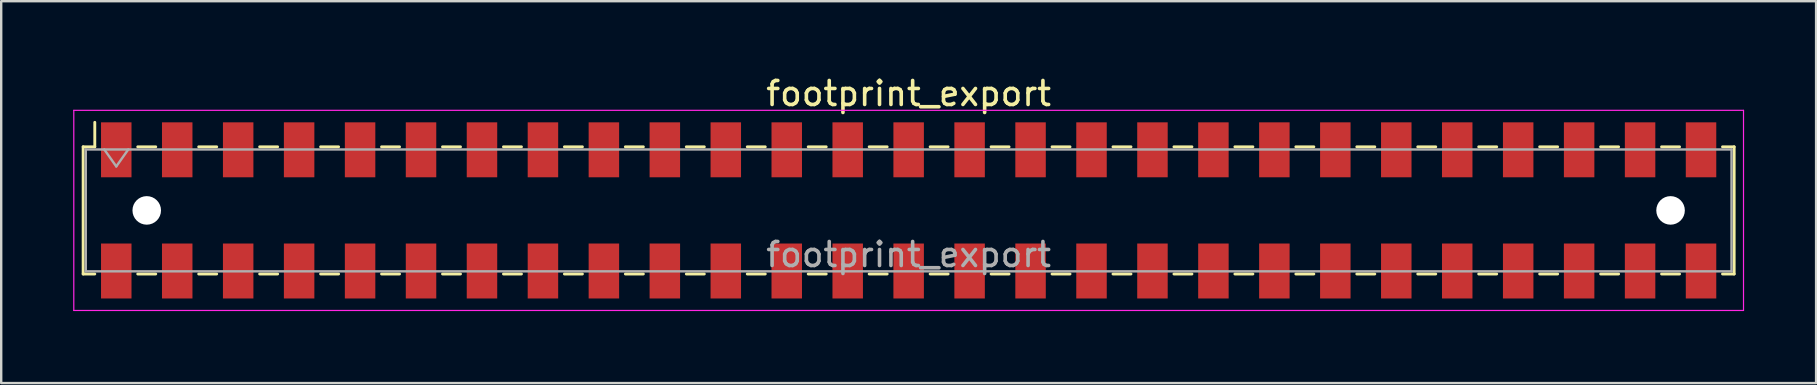
<source format=kicad_pcb>
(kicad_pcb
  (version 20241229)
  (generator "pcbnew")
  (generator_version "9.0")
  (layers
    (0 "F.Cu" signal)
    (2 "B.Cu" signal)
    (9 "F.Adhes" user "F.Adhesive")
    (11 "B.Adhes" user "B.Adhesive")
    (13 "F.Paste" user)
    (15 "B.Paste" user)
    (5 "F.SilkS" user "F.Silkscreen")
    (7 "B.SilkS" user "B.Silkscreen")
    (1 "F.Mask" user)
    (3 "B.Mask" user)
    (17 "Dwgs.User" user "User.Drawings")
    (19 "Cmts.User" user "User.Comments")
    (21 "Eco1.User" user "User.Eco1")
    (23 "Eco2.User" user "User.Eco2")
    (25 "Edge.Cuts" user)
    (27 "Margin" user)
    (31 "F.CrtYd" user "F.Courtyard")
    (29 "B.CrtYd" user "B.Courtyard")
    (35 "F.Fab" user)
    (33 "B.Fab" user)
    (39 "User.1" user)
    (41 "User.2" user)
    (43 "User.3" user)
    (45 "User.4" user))
  (footprint "footprint_export"
    (layer "F.Cu")
    (at 34.815 5.718)
    (property "Reference" "footprint_export" (at 0 -4.87 0) (layer "F.SilkS") (effects (font (size 1 1) (thickness 0.15))))
    (attr smd)
    (fp_line (start -34.4 -2.65) (end -34.4 2.65) (stroke (width 0.12) (type solid)) (layer "F.SilkS"))
    (fp_line (start -34.4 2.65) (end -33.915 2.65) (stroke (width 0.12) (type solid)) (layer "F.SilkS"))
    (fp_line (start -33.915 -3.67) (end -33.915 -2.65) (stroke (width 0.12) (type solid)) (layer "F.SilkS"))
    (fp_line (start -33.915 -2.65) (end -34.4 -2.65) (stroke (width 0.12) (type solid)) (layer "F.SilkS"))
    (fp_line (start -32.125 -2.65) (end -31.375 -2.65) (stroke (width 0.12) (type solid)) (layer "F.SilkS"))
    (fp_line (start -32.125 2.65) (end -31.375 2.65) (stroke (width 0.12) (type solid)) (layer "F.SilkS"))
    (fp_line (start -29.585 -2.65) (end -28.835 -2.65) (stroke (width 0.12) (type solid)) (layer "F.SilkS"))
    (fp_line (start -29.585 2.65) (end -28.835 2.65) (stroke (width 0.12) (type solid)) (layer "F.SilkS"))
    (fp_line (start -27.045 -2.65) (end -26.295 -2.65) (stroke (width 0.12) (type solid)) (layer "F.SilkS"))
    (fp_line (start -27.045 2.65) (end -26.295 2.65) (stroke (width 0.12) (type solid)) (layer "F.SilkS"))
    (fp_line (start -24.505 -2.65) (end -23.755 -2.65) (stroke (width 0.12) (type solid)) (layer "F.SilkS"))
    (fp_line (start -24.505 2.65) (end -23.755 2.65) (stroke (width 0.12) (type solid)) (layer "F.SilkS"))
    (fp_line (start -21.965 -2.65) (end -21.215 -2.65) (stroke (width 0.12) (type solid)) (layer "F.SilkS"))
    (fp_line (start -21.965 2.65) (end -21.215 2.65) (stroke (width 0.12) (type solid)) (layer "F.SilkS"))
    (fp_line (start -19.425 -2.65) (end -18.675 -2.65) (stroke (width 0.12) (type solid)) (layer "F.SilkS"))
    (fp_line (start -19.425 2.65) (end -18.675 2.65) (stroke (width 0.12) (type solid)) (layer "F.SilkS"))
    (fp_line (start -16.885 -2.65) (end -16.135 -2.65) (stroke (width 0.12) (type solid)) (layer "F.SilkS"))
    (fp_line (start -16.885 2.65) (end -16.135 2.65) (stroke (width 0.12) (type solid)) (layer "F.SilkS"))
    (fp_line (start -14.345 -2.65) (end -13.595 -2.65) (stroke (width 0.12) (type solid)) (layer "F.SilkS"))
    (fp_line (start -14.345 2.65) (end -13.595 2.65) (stroke (width 0.12) (type solid)) (layer "F.SilkS"))
    (fp_line (start -11.805 -2.65) (end -11.055 -2.65) (stroke (width 0.12) (type solid)) (layer "F.SilkS"))
    (fp_line (start -11.805 2.65) (end -11.055 2.65) (stroke (width 0.12) (type solid)) (layer "F.SilkS"))
    (fp_line (start -9.265 -2.65) (end -8.515 -2.65) (stroke (width 0.12) (type solid)) (layer "F.SilkS"))
    (fp_line (start -9.265 2.65) (end -8.515 2.65) (stroke (width 0.12) (type solid)) (layer "F.SilkS"))
    (fp_line (start -6.725 -2.65) (end -5.975 -2.65) (stroke (width 0.12) (type solid)) (layer "F.SilkS"))
    (fp_line (start -6.725 2.65) (end -5.975 2.65) (stroke (width 0.12) (type solid)) (layer "F.SilkS"))
    (fp_line (start -4.185 -2.65) (end -3.435 -2.65) (stroke (width 0.12) (type solid)) (layer "F.SilkS"))
    (fp_line (start -4.185 2.65) (end -3.435 2.65) (stroke (width 0.12) (type solid)) (layer "F.SilkS"))
    (fp_line (start -1.645 -2.65) (end -0.895 -2.65) (stroke (width 0.12) (type solid)) (layer "F.SilkS"))
    (fp_line (start -1.645 2.65) (end -0.895 2.65) (stroke (width 0.12) (type solid)) (layer "F.SilkS"))
    (fp_line (start 0.895 -2.65) (end 1.645 -2.65) (stroke (width 0.12) (type solid)) (layer "F.SilkS"))
    (fp_line (start 0.895 2.65) (end 1.645 2.65) (stroke (width 0.12) (type solid)) (layer "F.SilkS"))
    (fp_line (start 3.435 -2.65) (end 4.185 -2.65) (stroke (width 0.12) (type solid)) (layer "F.SilkS"))
    (fp_line (start 3.435 2.65) (end 4.185 2.65) (stroke (width 0.12) (type solid)) (layer "F.SilkS"))
    (fp_line (start 5.975 -2.65) (end 6.725 -2.65) (stroke (width 0.12) (type solid)) (layer "F.SilkS"))
    (fp_line (start 5.975 2.65) (end 6.725 2.65) (stroke (width 0.12) (type solid)) (layer "F.SilkS"))
    (fp_line (start 8.515 -2.65) (end 9.265 -2.65) (stroke (width 0.12) (type solid)) (layer "F.SilkS"))
    (fp_line (start 8.515 2.65) (end 9.265 2.65) (stroke (width 0.12) (type solid)) (layer "F.SilkS"))
    (fp_line (start 11.055 -2.65) (end 11.805 -2.65) (stroke (width 0.12) (type solid)) (layer "F.SilkS"))
    (fp_line (start 11.055 2.65) (end 11.805 2.65) (stroke (width 0.12) (type solid)) (layer "F.SilkS"))
    (fp_line (start 13.595 -2.65) (end 14.345 -2.65) (stroke (width 0.12) (type solid)) (layer "F.SilkS"))
    (fp_line (start 13.595 2.65) (end 14.345 2.65) (stroke (width 0.12) (type solid)) (layer "F.SilkS"))
    (fp_line (start 16.135 -2.65) (end 16.885 -2.65) (stroke (width 0.12) (type solid)) (layer "F.SilkS"))
    (fp_line (start 16.135 2.65) (end 16.885 2.65) (stroke (width 0.12) (type solid)) (layer "F.SilkS"))
    (fp_line (start 18.675 -2.65) (end 19.425 -2.65) (stroke (width 0.12) (type solid)) (layer "F.SilkS"))
    (fp_line (start 18.675 2.65) (end 19.425 2.65) (stroke (width 0.12) (type solid)) (layer "F.SilkS"))
    (fp_line (start 21.215 -2.65) (end 21.965 -2.65) (stroke (width 0.12) (type solid)) (layer "F.SilkS"))
    (fp_line (start 21.215 2.65) (end 21.965 2.65) (stroke (width 0.12) (type solid)) (layer "F.SilkS"))
    (fp_line (start 23.755 -2.65) (end 24.505 -2.65) (stroke (width 0.12) (type solid)) (layer "F.SilkS"))
    (fp_line (start 23.755 2.65) (end 24.505 2.65) (stroke (width 0.12) (type solid)) (layer "F.SilkS"))
    (fp_line (start 26.295 -2.65) (end 27.045 -2.65) (stroke (width 0.12) (type solid)) (layer "F.SilkS"))
    (fp_line (start 26.295 2.65) (end 27.045 2.65) (stroke (width 0.12) (type solid)) (layer "F.SilkS"))
    (fp_line (start 28.835 -2.65) (end 29.585 -2.65) (stroke (width 0.12) (type solid)) (layer "F.SilkS"))
    (fp_line (start 28.835 2.65) (end 29.585 2.65) (stroke (width 0.12) (type solid)) (layer "F.SilkS"))
    (fp_line (start 31.375 -2.65) (end 32.125 -2.65) (stroke (width 0.12) (type solid)) (layer "F.SilkS"))
    (fp_line (start 31.375 2.65) (end 32.125 2.65) (stroke (width 0.12) (type solid)) (layer "F.SilkS"))
    (fp_line (start 33.915 -2.65) (end 34.4 -2.65) (stroke (width 0.12) (type solid)) (layer "F.SilkS"))
    (fp_line (start 34.4 -2.65) (end 34.4 2.65) (stroke (width 0.12) (type solid)) (layer "F.SilkS"))
    (fp_line (start 34.4 2.65) (end 33.915 2.65) (stroke (width 0.12) (type solid)) (layer "F.SilkS"))
    (fp_line (start -34.79 -4.17) (end 34.79 -4.17) (stroke (width 0.05) (type solid)) (layer "F.CrtYd"))
    (fp_line (start -34.79 4.17) (end -34.79 -4.17) (stroke (width 0.05) (type solid)) (layer "F.CrtYd"))
    (fp_line (start 34.79 -4.17) (end 34.79 4.17) (stroke (width 0.05) (type solid)) (layer "F.CrtYd"))
    (fp_line (start 34.79 4.17) (end -34.79 4.17) (stroke (width 0.05) (type solid)) (layer "F.CrtYd"))
    (fp_line (start -34.29 -2.54) (end 34.29 -2.54) (stroke (width 0.1) (type solid)) (layer "F.Fab"))
    (fp_line (start -34.29 2.54) (end -34.29 -2.54) (stroke (width 0.1) (type solid)) (layer "F.Fab"))
    (fp_line (start -33.52 -2.54) (end -33.02 -1.833) (stroke (width 0.1) (type solid)) (layer "F.Fab"))
    (fp_line (start -33.02 -1.833) (end -32.52 -2.54) (stroke (width 0.1) (type solid)) (layer "F.Fab"))
    (fp_line (start 34.29 -2.54) (end 34.29 2.54) (stroke (width 0.1) (type solid)) (layer "F.Fab"))
    (fp_line (start 34.29 2.54) (end -34.29 2.54) (stroke (width 0.1) (type solid)) (layer "F.Fab"))
    (fp_text user "${REFERENCE}" (at 0 1.84 0) (layer "F.Fab") (effects (font (size 1 1) (thickness 0.15))))
    (pad "" np_thru_hole circle (at -31.75 0) (size 1.19 1.19) (drill 1.19) (layers "*.Cu" "*.Mask"))
    (pad "" np_thru_hole circle (at 31.75 0) (size 1.19 1.19) (drill 1.19) (layers "*.Cu" "*.Mask"))
    (pad "1" smd rect (at -33.02 -2.525) (size 1.27 2.29) (layers "F.Cu" "F.Mask" "F.Paste"))
    (pad "2" smd rect (at -33.02 2.525) (size 1.27 2.29) (layers "F.Cu" "F.Mask" "F.Paste"))
    (pad "3" smd rect (at -30.48 -2.525) (size 1.27 2.29) (layers "F.Cu" "F.Mask" "F.Paste"))
    (pad "4" smd rect (at -30.48 2.525) (size 1.27 2.29) (layers "F.Cu" "F.Mask" "F.Paste"))
    (pad "5" smd rect (at -27.94 -2.525) (size 1.27 2.29) (layers "F.Cu" "F.Mask" "F.Paste"))
    (pad "6" smd rect (at -27.94 2.525) (size 1.27 2.29) (layers "F.Cu" "F.Mask" "F.Paste"))
    (pad "7" smd rect (at -25.4 -2.525) (size 1.27 2.29) (layers "F.Cu" "F.Mask" "F.Paste"))
    (pad "8" smd rect (at -25.4 2.525) (size 1.27 2.29) (layers "F.Cu" "F.Mask" "F.Paste"))
    (pad "9" smd rect (at -22.86 -2.525) (size 1.27 2.29) (layers "F.Cu" "F.Mask" "F.Paste"))
    (pad "10" smd rect (at -22.86 2.525) (size 1.27 2.29) (layers "F.Cu" "F.Mask" "F.Paste"))
    (pad "11" smd rect (at -20.32 -2.525) (size 1.27 2.29) (layers "F.Cu" "F.Mask" "F.Paste"))
    (pad "12" smd rect (at -20.32 2.525) (size 1.27 2.29) (layers "F.Cu" "F.Mask" "F.Paste"))
    (pad "13" smd rect (at -17.78 -2.525) (size 1.27 2.29) (layers "F.Cu" "F.Mask" "F.Paste"))
    (pad "14" smd rect (at -17.78 2.525) (size 1.27 2.29) (layers "F.Cu" "F.Mask" "F.Paste"))
    (pad "15" smd rect (at -15.24 -2.525) (size 1.27 2.29) (layers "F.Cu" "F.Mask" "F.Paste"))
    (pad "16" smd rect (at -15.24 2.525) (size 1.27 2.29) (layers "F.Cu" "F.Mask" "F.Paste"))
    (pad "17" smd rect (at -12.7 -2.525) (size 1.27 2.29) (layers "F.Cu" "F.Mask" "F.Paste"))
    (pad "18" smd rect (at -12.7 2.525) (size 1.27 2.29) (layers "F.Cu" "F.Mask" "F.Paste"))
    (pad "19" smd rect (at -10.16 -2.525) (size 1.27 2.29) (layers "F.Cu" "F.Mask" "F.Paste"))
    (pad "20" smd rect (at -10.16 2.525) (size 1.27 2.29) (layers "F.Cu" "F.Mask" "F.Paste"))
    (pad "21" smd rect (at -7.62 -2.525) (size 1.27 2.29) (layers "F.Cu" "F.Mask" "F.Paste"))
    (pad "22" smd rect (at -7.62 2.525) (size 1.27 2.29) (layers "F.Cu" "F.Mask" "F.Paste"))
    (pad "23" smd rect (at -5.08 -2.525) (size 1.27 2.29) (layers "F.Cu" "F.Mask" "F.Paste"))
    (pad "24" smd rect (at -5.08 2.525) (size 1.27 2.29) (layers "F.Cu" "F.Mask" "F.Paste"))
    (pad "25" smd rect (at -2.54 -2.525) (size 1.27 2.29) (layers "F.Cu" "F.Mask" "F.Paste"))
    (pad "26" smd rect (at -2.54 2.525) (size 1.27 2.29) (layers "F.Cu" "F.Mask" "F.Paste"))
    (pad "27" smd rect (at 0 -2.525) (size 1.27 2.29) (layers "F.Cu" "F.Mask" "F.Paste"))
    (pad "28" smd rect (at 0 2.525) (size 1.27 2.29) (layers "F.Cu" "F.Mask" "F.Paste"))
    (pad "29" smd rect (at 2.54 -2.525) (size 1.27 2.29) (layers "F.Cu" "F.Mask" "F.Paste"))
    (pad "30" smd rect (at 2.54 2.525) (size 1.27 2.29) (layers "F.Cu" "F.Mask" "F.Paste"))
    (pad "31" smd rect (at 5.08 -2.525) (size 1.27 2.29) (layers "F.Cu" "F.Mask" "F.Paste"))
    (pad "32" smd rect (at 5.08 2.525) (size 1.27 2.29) (layers "F.Cu" "F.Mask" "F.Paste"))
    (pad "33" smd rect (at 7.62 -2.525) (size 1.27 2.29) (layers "F.Cu" "F.Mask" "F.Paste"))
    (pad "34" smd rect (at 7.62 2.525) (size 1.27 2.29) (layers "F.Cu" "F.Mask" "F.Paste"))
    (pad "35" smd rect (at 10.16 -2.525) (size 1.27 2.29) (layers "F.Cu" "F.Mask" "F.Paste"))
    (pad "36" smd rect (at 10.16 2.525) (size 1.27 2.29) (layers "F.Cu" "F.Mask" "F.Paste"))
    (pad "37" smd rect (at 12.7 -2.525) (size 1.27 2.29) (layers "F.Cu" "F.Mask" "F.Paste"))
    (pad "38" smd rect (at 12.7 2.525) (size 1.27 2.29) (layers "F.Cu" "F.Mask" "F.Paste"))
    (pad "39" smd rect (at 15.24 -2.525) (size 1.27 2.29) (layers "F.Cu" "F.Mask" "F.Paste"))
    (pad "40" smd rect (at 15.24 2.525) (size 1.27 2.29) (layers "F.Cu" "F.Mask" "F.Paste"))
    (pad "41" smd rect (at 17.78 -2.525) (size 1.27 2.29) (layers "F.Cu" "F.Mask" "F.Paste"))
    (pad "42" smd rect (at 17.78 2.525) (size 1.27 2.29) (layers "F.Cu" "F.Mask" "F.Paste"))
    (pad "43" smd rect (at 20.32 -2.525) (size 1.27 2.29) (layers "F.Cu" "F.Mask" "F.Paste"))
    (pad "44" smd rect (at 20.32 2.525) (size 1.27 2.29) (layers "F.Cu" "F.Mask" "F.Paste"))
    (pad "45" smd rect (at 22.86 -2.525) (size 1.27 2.29) (layers "F.Cu" "F.Mask" "F.Paste"))
    (pad "46" smd rect (at 22.86 2.525) (size 1.27 2.29) (layers "F.Cu" "F.Mask" "F.Paste"))
    (pad "47" smd rect (at 25.4 -2.525) (size 1.27 2.29) (layers "F.Cu" "F.Mask" "F.Paste"))
    (pad "48" smd rect (at 25.4 2.525) (size 1.27 2.29) (layers "F.Cu" "F.Mask" "F.Paste"))
    (pad "49" smd rect (at 27.94 -2.525) (size 1.27 2.29) (layers "F.Cu" "F.Mask" "F.Paste"))
    (pad "50" smd rect (at 27.94 2.525) (size 1.27 2.29) (layers "F.Cu" "F.Mask" "F.Paste"))
    (pad "51" smd rect (at 30.48 -2.525) (size 1.27 2.29) (layers "F.Cu" "F.Mask" "F.Paste"))
    (pad "52" smd rect (at 30.48 2.525) (size 1.27 2.29) (layers "F.Cu" "F.Mask" "F.Paste"))
    (pad "53" smd rect (at 33.02 -2.525) (size 1.27 2.29) (layers "F.Cu" "F.Mask" "F.Paste"))
    (pad "54" smd rect (at 33.02 2.525) (size 1.27 2.29) (layers "F.Cu" "F.Mask" "F.Paste")))
  (gr_rect
    (start -3 -3)
    (end 72.63 12.913)
    (stroke (width 0.1) (type default))
    (fill no)
    (layer "Edge.Cuts")))
</source>
